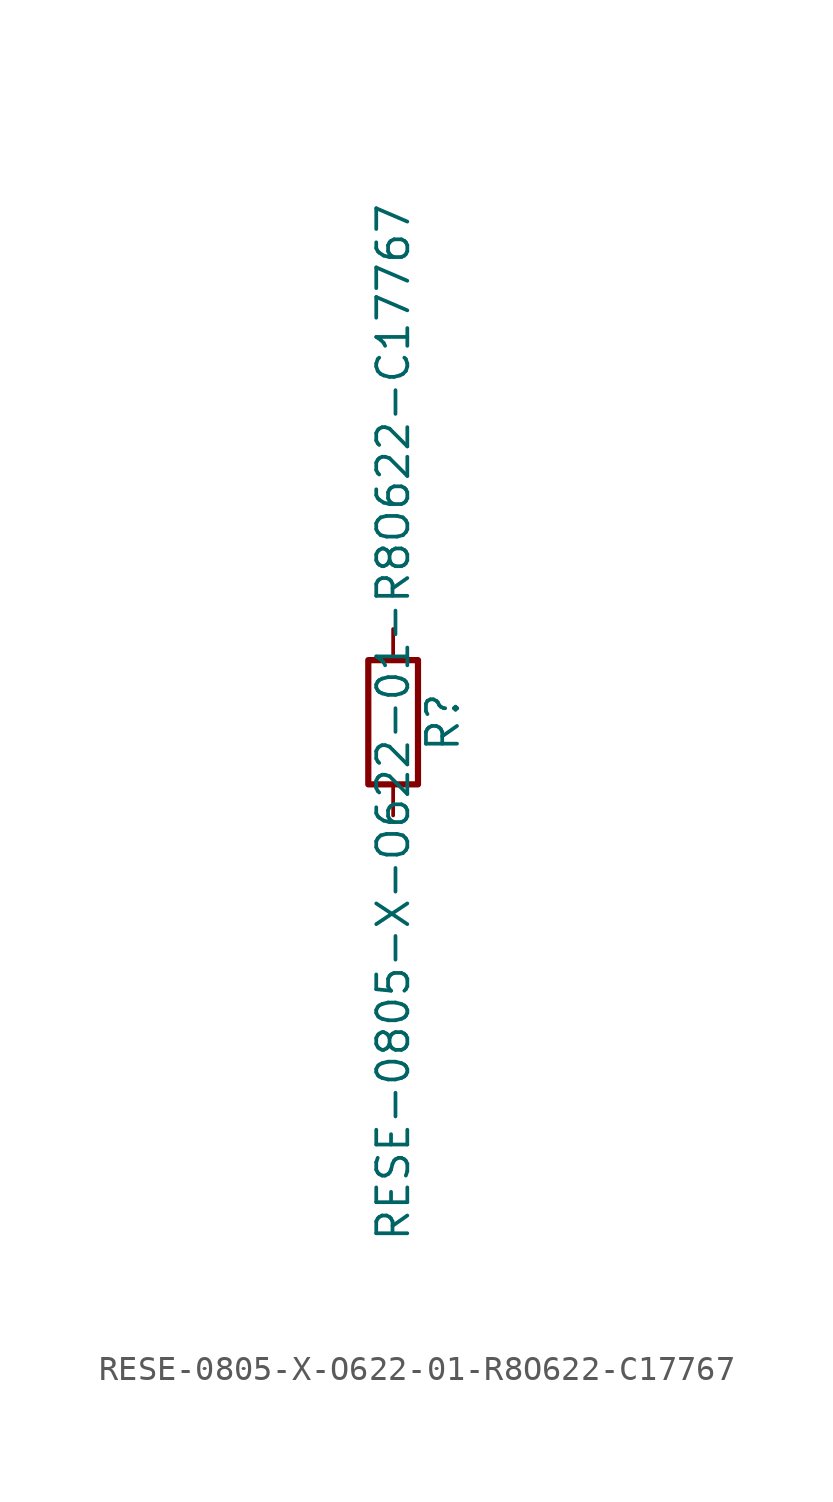
<source format=kicad_sym>
(kicad_symbol_lib
  (version 20211014)
  (generator kicad_symbol_editor)
  (symbol "RESE-0805-X-O622-01-R8O622-C17767"
    (pin_numbers hide)
    (pin_names
      (offset 0))
    (property "Reference" "R"
      (at 2.032 0 90)
      (effects (font (size 1.27 1.27))))
    (property "Value" "RESE-0805-X-O622-01-R8O622-C17767"
      (at 0 0 90)
      (effects (font (size 1.27 1.27))))
    (symbol "RESE-0805-X-O622-01-R8O622-C17767_0_1"
      (rectangle (start -1.016 -2.54) (end 1.016 2.54) (stroke (width 0.254) (type default) (color 0 0 0 0)) (fill (type none))))
    (symbol "RESE-0805-X-O622-01-R8O622-C17767_1_1"
      (pin passive line (at 0 3.81 270) (length 1.27) (name "~" (effects (font (size 1.27 1.27)))) (number "1" (effects (font (size 1.27 1.27)))))
      (pin passive line (at 0 -3.81 90) (length 1.27) (name "~" (effects (font (size 1.27 1.27)))) (number "2" (effects (font (size 1.27 1.27))))))))
</source>
